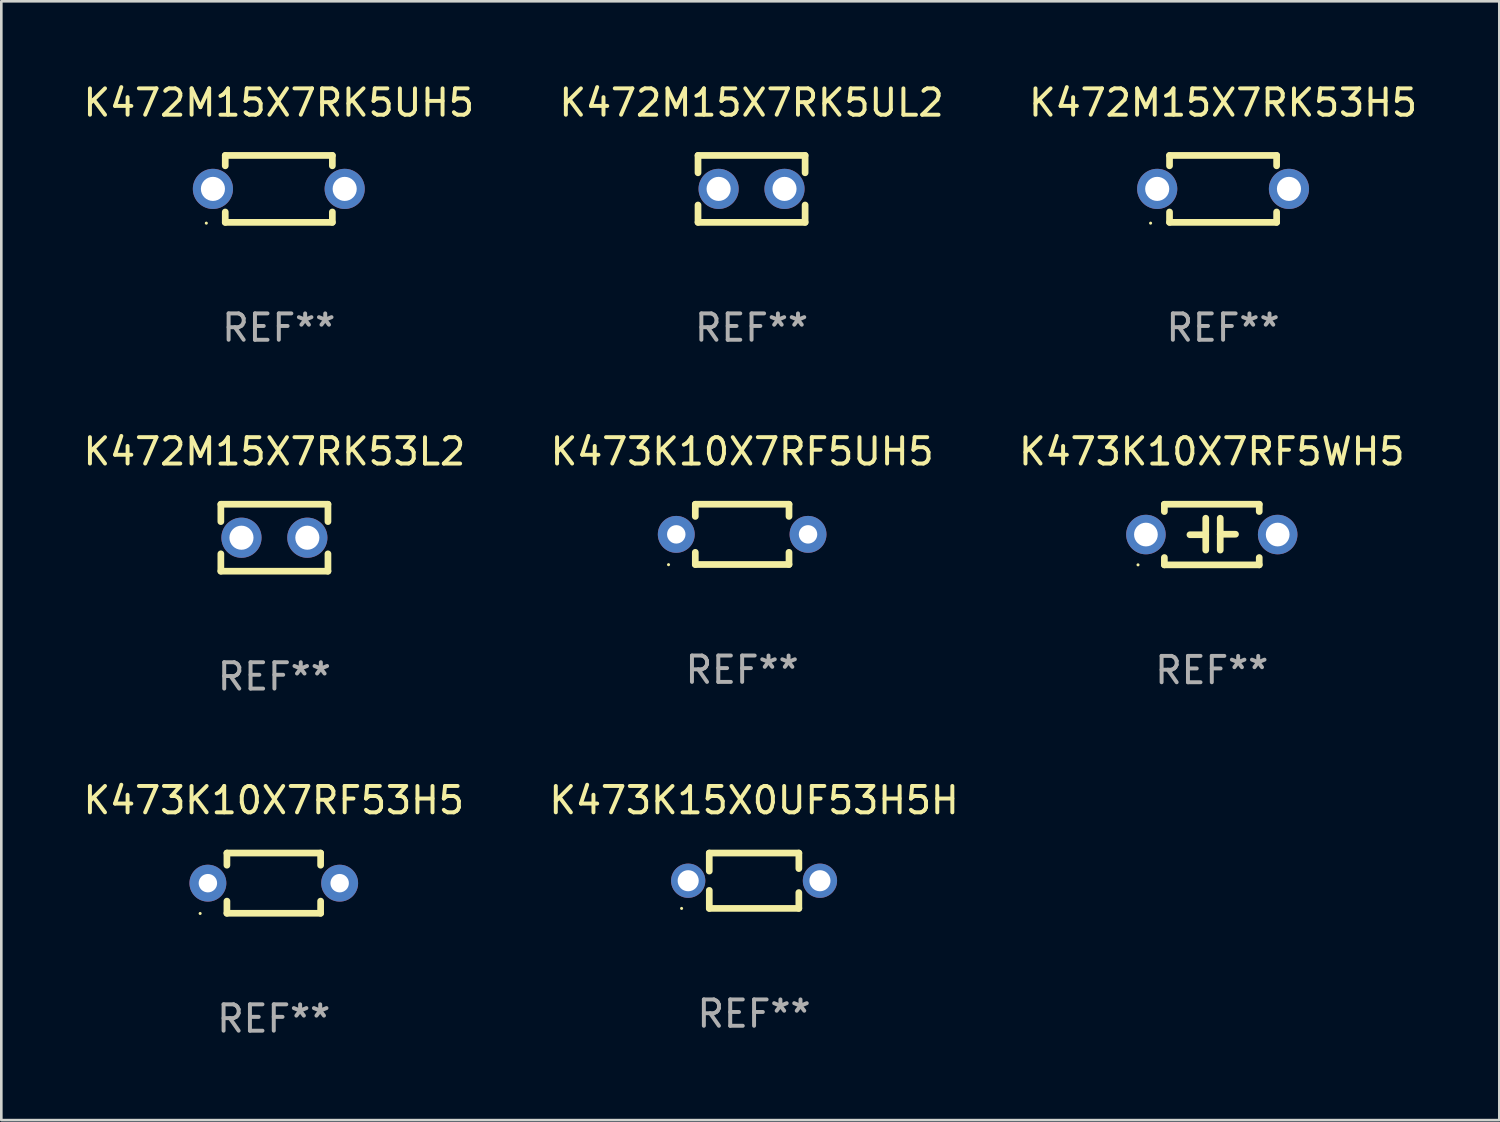
<source format=kicad_pcb>
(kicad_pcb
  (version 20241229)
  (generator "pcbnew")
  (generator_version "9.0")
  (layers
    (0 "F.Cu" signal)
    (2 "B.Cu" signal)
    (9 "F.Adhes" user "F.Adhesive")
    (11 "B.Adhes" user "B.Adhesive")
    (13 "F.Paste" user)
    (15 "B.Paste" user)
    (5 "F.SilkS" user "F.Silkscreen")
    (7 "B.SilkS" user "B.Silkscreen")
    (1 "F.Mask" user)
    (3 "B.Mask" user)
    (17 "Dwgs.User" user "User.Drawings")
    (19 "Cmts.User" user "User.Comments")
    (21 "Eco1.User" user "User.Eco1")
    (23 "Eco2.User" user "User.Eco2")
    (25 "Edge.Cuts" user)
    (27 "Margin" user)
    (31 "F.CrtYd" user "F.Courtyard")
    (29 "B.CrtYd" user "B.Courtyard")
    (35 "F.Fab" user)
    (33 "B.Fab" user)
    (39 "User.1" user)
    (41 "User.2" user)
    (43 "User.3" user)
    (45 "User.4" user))
  (footprint "K472M15X7RK53H5"
    (layer "F.Cu")
    (at 43.363 4.118)
    (property "Reference" "K472M15X7RK53H5" (at 0 -3.27 0) (layer "F.SilkS") (effects (font (size 1 1) (thickness 0.15))))
    (attr through_hole)
    (fp_line (start -2.032 -1.27) (end -2.032 -0.876) (stroke (width 0.254) (type solid)) (layer "F.SilkS"))
    (fp_line (start -2.032 0.876) (end -2.032 1.27) (stroke (width 0.254) (type solid)) (layer "F.SilkS"))
    (fp_line (start -2.032 1.27) (end 2.032 1.27) (stroke (width 0.254) (type solid)) (layer "F.SilkS"))
    (fp_line (start 2.032 -1.27) (end -2.032 -1.27) (stroke (width 0.254) (type solid)) (layer "F.SilkS"))
    (fp_line (start 2.032 -0.876) (end 2.032 -1.27) (stroke (width 0.254) (type solid)) (layer "F.SilkS"))
    (fp_line (start 2.032 1.27) (end 2.032 0.876) (stroke (width 0.254) (type solid)) (layer "F.SilkS"))
    (fp_circle (center -2.751 1.3) (end -2.721 1.3) (stroke (width 0.06) (type solid)) (fill no) (layer "F.SilkS"))
    (fp_text user "REF**" (at 0 5.27 0) (layer "F.Fab") (effects (font (size 1 1) (thickness 0.15))))
    (pad "1" thru_hole circle (at -2.5 0) (size 1.524 1.524) (drill 0.914) (layers "*.Cu" "*.Mask"))
    (pad "2" thru_hole circle (at 2.5 0) (size 1.524 1.524) (drill 0.914) (layers "*.Cu" "*.Mask")))
  (footprint "K472M15X7RK53L2"
    (layer "F.Cu")
    (at 7.363 17.355)
    (property "Reference" "K472M15X7RK53L2" (at 0 -3.27 0) (layer "F.SilkS") (effects (font (size 1 1) (thickness 0.15))))
    (attr through_hole)
    (fp_line (start -2.032 -1.27) (end -2.032 -0.611) (stroke (width 0.254) (type solid)) (layer "F.SilkS"))
    (fp_line (start -2.032 0.611) (end -2.032 1.27) (stroke (width 0.254) (type solid)) (layer "F.SilkS"))
    (fp_line (start -2.032 1.27) (end 2.032 1.27) (stroke (width 0.254) (type solid)) (layer "F.SilkS"))
    (fp_line (start 2.032 -1.27) (end -2.032 -1.27) (stroke (width 0.254) (type solid)) (layer "F.SilkS"))
    (fp_line (start 2.032 -0.611) (end 2.032 -1.27) (stroke (width 0.254) (type solid)) (layer "F.SilkS"))
    (fp_line (start 2.032 1.27) (end 2.032 0.611) (stroke (width 0.254) (type solid)) (layer "F.SilkS"))
    (fp_circle (center -2 1.3) (end -1.97 1.3) (stroke (width 0.06) (type solid)) (fill no) (layer "F.SilkS"))
    (fp_text user "REF**" (at 0 5.27 0) (layer "F.Fab") (effects (font (size 1 1) (thickness 0.15))))
    (pad "1" thru_hole circle (at -1.25 0) (size 1.524 1.524) (drill 0.914) (layers "*.Cu" "*.Mask"))
    (pad "2" thru_hole circle (at 1.25 0) (size 1.524 1.524) (drill 0.914) (layers "*.Cu" "*.Mask")))
  (footprint "K473K15X0UF53H5H"
    (layer "F.Cu")
    (at 25.565 30.371)
    (property "Reference" "K473K15X0UF53H5H" (at 0 -3.05 0) (layer "F.SilkS") (effects (font (size 1 1) (thickness 0.15))))
    (attr through_hole)
    (fp_line (start -1.7 -1.05) (end 1.7 -1.05) (stroke (width 0.254) (type solid)) (layer "F.SilkS"))
    (fp_line (start -1.7 -0.365) (end -1.7 -1.05) (stroke (width 0.254) (type solid)) (layer "F.SilkS"))
    (fp_line (start -1.699 1.05) (end -1.699 0.366) (stroke (width 0.254) (type solid)) (layer "F.SilkS"))
    (fp_line (start 1.699 0.45) (end 1.699 1.05) (stroke (width 0.254) (type solid)) (layer "F.SilkS"))
    (fp_line (start 1.699 1.05) (end -1.699 1.05) (stroke (width 0.254) (type solid)) (layer "F.SilkS"))
    (fp_line (start 1.7 -1.05) (end 1.7 -0.46) (stroke (width 0.254) (type solid)) (layer "F.SilkS"))
    (fp_circle (center -2.75 1.051) (end -2.72 1.051) (stroke (width 0.06) (type solid)) (fill no) (layer "F.SilkS"))
    (fp_text user "REF**" (at 0 5.05 0) (layer "F.Fab") (effects (font (size 1 1) (thickness 0.15))))
    (pad "1" thru_hole circle (at -2.5 0.000483) (size 1.3 1.3) (drill 0.8) (layers "*.Cu" "*.Mask"))
    (pad "2" thru_hole circle (at 2.5 0.000483) (size 1.3 1.3) (drill 0.8) (layers "*.Cu" "*.Mask")))
  (footprint "K473K10X7RF53H5"
    (layer "F.Cu")
    (at 7.339 30.464)
    (property "Reference" "K473K10X7RF53H5" (at 0 -3.143 0) (layer "F.SilkS") (effects (font (size 1 1) (thickness 0.15))))
    (attr through_hole)
    (fp_line (start -1.778 -1.143) (end 1.778 -1.143) (stroke (width 0.254) (type solid)) (layer "F.SilkS"))
    (fp_line (start -1.778 -0.681) (end -1.778 -1.143) (stroke (width 0.254) (type solid)) (layer "F.SilkS"))
    (fp_line (start -1.778 1.143) (end -1.778 0.681) (stroke (width 0.254) (type solid)) (layer "F.SilkS"))
    (fp_line (start 1.778 -1.143) (end 1.778 -0.681) (stroke (width 0.254) (type solid)) (layer "F.SilkS"))
    (fp_line (start 1.778 0.681) (end 1.778 1.143) (stroke (width 0.254) (type solid)) (layer "F.SilkS"))
    (fp_line (start 1.778 1.143) (end -1.778 1.143) (stroke (width 0.254) (type solid)) (layer "F.SilkS"))
    (fp_circle (center -2.794 1.15) (end -2.764 1.15) (stroke (width 0.06) (type solid)) (fill no) (layer "F.SilkS"))
    (fp_text user "REF**" (at 0 5.143 0) (layer "F.Fab") (effects (font (size 1 1) (thickness 0.15))))
    (pad "1" thru_hole circle (at -2.5 0) (size 1.4 1.4) (drill 0.7) (layers "*.Cu" "*.Mask"))
    (pad "2" thru_hole circle (at 2.5 0) (size 1.4 1.4) (drill 0.7) (layers "*.Cu" "*.Mask")))
  (footprint "K472M15X7RK5UL2"
    (layer "F.Cu")
    (at 25.47 4.118)
    (property "Reference" "K472M15X7RK5UL2" (at 0 -3.27 0) (layer "F.SilkS") (effects (font (size 1 1) (thickness 0.15))))
    (attr through_hole)
    (fp_line (start -2.032 -1.27) (end -2.032 -0.611) (stroke (width 0.254) (type solid)) (layer "F.SilkS"))
    (fp_line (start -2.032 0.611) (end -2.032 1.27) (stroke (width 0.254) (type solid)) (layer "F.SilkS"))
    (fp_line (start -2.032 1.27) (end 2.032 1.27) (stroke (width 0.254) (type solid)) (layer "F.SilkS"))
    (fp_line (start 2.032 -1.27) (end -2.032 -1.27) (stroke (width 0.254) (type solid)) (layer "F.SilkS"))
    (fp_line (start 2.032 -0.611) (end 2.032 -1.27) (stroke (width 0.254) (type solid)) (layer "F.SilkS"))
    (fp_line (start 2.032 1.27) (end 2.032 0.611) (stroke (width 0.254) (type solid)) (layer "F.SilkS"))
    (fp_circle (center -2 1.3) (end -1.97 1.3) (stroke (width 0.06) (type solid)) (fill no) (layer "F.SilkS"))
    (fp_text user "REF**" (at 0 5.27 0) (layer "F.Fab") (effects (font (size 1 1) (thickness 0.15))))
    (pad "1" thru_hole circle (at -1.25 0) (size 1.524 1.524) (drill 0.914) (layers "*.Cu" "*.Mask"))
    (pad "2" thru_hole circle (at 1.25 0) (size 1.524 1.524) (drill 0.914) (layers "*.Cu" "*.Mask")))
  (footprint "K473K10X7RF5UH5"
    (layer "F.Cu")
    (at 25.113 17.228)
    (property "Reference" "K473K10X7RF5UH5" (at 0 -3.143 0) (layer "F.SilkS") (effects (font (size 1 1) (thickness 0.15))))
    (attr through_hole)
    (fp_line (start -1.778 -1.143) (end 1.778 -1.143) (stroke (width 0.254) (type solid)) (layer "F.SilkS"))
    (fp_line (start -1.778 -0.681) (end -1.778 -1.143) (stroke (width 0.254) (type solid)) (layer "F.SilkS"))
    (fp_line (start -1.778 1.143) (end -1.778 0.681) (stroke (width 0.254) (type solid)) (layer "F.SilkS"))
    (fp_line (start 1.778 -1.143) (end 1.778 -0.681) (stroke (width 0.254) (type solid)) (layer "F.SilkS"))
    (fp_line (start 1.778 0.681) (end 1.778 1.143) (stroke (width 0.254) (type solid)) (layer "F.SilkS"))
    (fp_line (start 1.778 1.143) (end -1.778 1.143) (stroke (width 0.254) (type solid)) (layer "F.SilkS"))
    (fp_circle (center -2.794 1.15) (end -2.764 1.15) (stroke (width 0.06) (type solid)) (fill no) (layer "F.SilkS"))
    (fp_text user "REF**" (at 0 5.143 0) (layer "F.Fab") (effects (font (size 1 1) (thickness 0.15))))
    (pad "1" thru_hole circle (at -2.5 0) (size 1.4 1.4) (drill 0.7) (layers "*.Cu" "*.Mask"))
    (pad "2" thru_hole circle (at 2.5 0) (size 1.4 1.4) (drill 0.7) (layers "*.Cu" "*.Mask")))
  (footprint "K473K10X7RF5WH5"
    (layer "F.Cu")
    (at 42.935 17.235)
    (property "Reference" "K473K10X7RF5WH5" (at 0 -3.15 0) (layer "F.SilkS") (effects (font (size 1 1) (thickness 0.15))))
    (attr through_hole)
    (fp_line (start -1.8 -1.15) (end -1.8 -0.872) (stroke (width 0.254) (type solid)) (layer "F.SilkS"))
    (fp_line (start -1.8 -1.15) (end 1.8 -1.15) (stroke (width 0.254) (type solid)) (layer "F.SilkS"))
    (fp_line (start -1.8 0.872) (end -1.8 1.15) (stroke (width 0.254) (type solid)) (layer "F.SilkS"))
    (fp_line (start -1.8 1.15) (end 1.8 1.15) (stroke (width 0.254) (type solid)) (layer "F.SilkS"))
    (fp_line (start -0.23 -0.62) (end -0.23 0.59) (stroke (width 0.254) (type solid)) (layer "F.SilkS"))
    (fp_line (start -0.23 0.007) (end -0.83 0.007) (stroke (width 0.254) (type solid)) (layer "F.SilkS"))
    (fp_line (start 0.32 -0.62) (end 0.32 0.59) (stroke (width 0.254) (type solid)) (layer "F.SilkS"))
    (fp_line (start 0.32 -0.012) (end 0.9 -0.012) (stroke (width 0.254) (type solid)) (layer "F.SilkS"))
    (fp_line (start 1.8 -1.15) (end 1.8 -0.872) (stroke (width 0.254) (type solid)) (layer "F.SilkS"))
    (fp_line (start 1.8 0.872) (end 1.8 1.15) (stroke (width 0.254) (type solid)) (layer "F.SilkS"))
    (fp_circle (center -2.8 1.15) (end -2.77 1.15) (stroke (width 0.06) (type solid)) (fill no) (layer "F.SilkS"))
    (fp_text user "REF**" (at 0 5.15 0) (layer "F.Fab") (effects (font (size 1 1) (thickness 0.15))))
    (pad "1" thru_hole circle (at -2.5 0) (size 1.5 1.5) (drill 0.9) (layers "*.Cu" "*.Mask"))
    (pad "2" thru_hole circle (at 2.5 0) (size 1.5 1.5) (drill 0.9) (layers "*.Cu" "*.Mask")))
  (footprint "K472M15X7RK5UH5"
    (layer "F.Cu")
    (at 7.53 4.118)
    (property "Reference" "K472M15X7RK5UH5" (at 0 -3.27 0) (layer "F.SilkS") (effects (font (size 1 1) (thickness 0.15))))
    (attr through_hole)
    (fp_line (start -2.032 -1.27) (end -2.032 -0.876) (stroke (width 0.254) (type solid)) (layer "F.SilkS"))
    (fp_line (start -2.032 0.876) (end -2.032 1.27) (stroke (width 0.254) (type solid)) (layer "F.SilkS"))
    (fp_line (start -2.032 1.27) (end 2.032 1.27) (stroke (width 0.254) (type solid)) (layer "F.SilkS"))
    (fp_line (start 2.032 -1.27) (end -2.032 -1.27) (stroke (width 0.254) (type solid)) (layer "F.SilkS"))
    (fp_line (start 2.032 -0.876) (end 2.032 -1.27) (stroke (width 0.254) (type solid)) (layer "F.SilkS"))
    (fp_line (start 2.032 1.27) (end 2.032 0.876) (stroke (width 0.254) (type solid)) (layer "F.SilkS"))
    (fp_circle (center -2.751 1.3) (end -2.721 1.3) (stroke (width 0.06) (type solid)) (fill no) (layer "F.SilkS"))
    (fp_text user "REF**" (at 0 5.27 0) (layer "F.Fab") (effects (font (size 1 1) (thickness 0.15))))
    (pad "1" thru_hole circle (at -2.5 0) (size 1.524 1.524) (drill 0.914) (layers "*.Cu" "*.Mask"))
    (pad "2" thru_hole circle (at 2.5 0) (size 1.524 1.524) (drill 0.914) (layers "*.Cu" "*.Mask")))
  (gr_rect
    (start -3 -3)
    (end 53.845 39.456)
    (stroke (width 0.1) (type default))
    (fill no)
    (layer "Edge.Cuts")))
</source>
